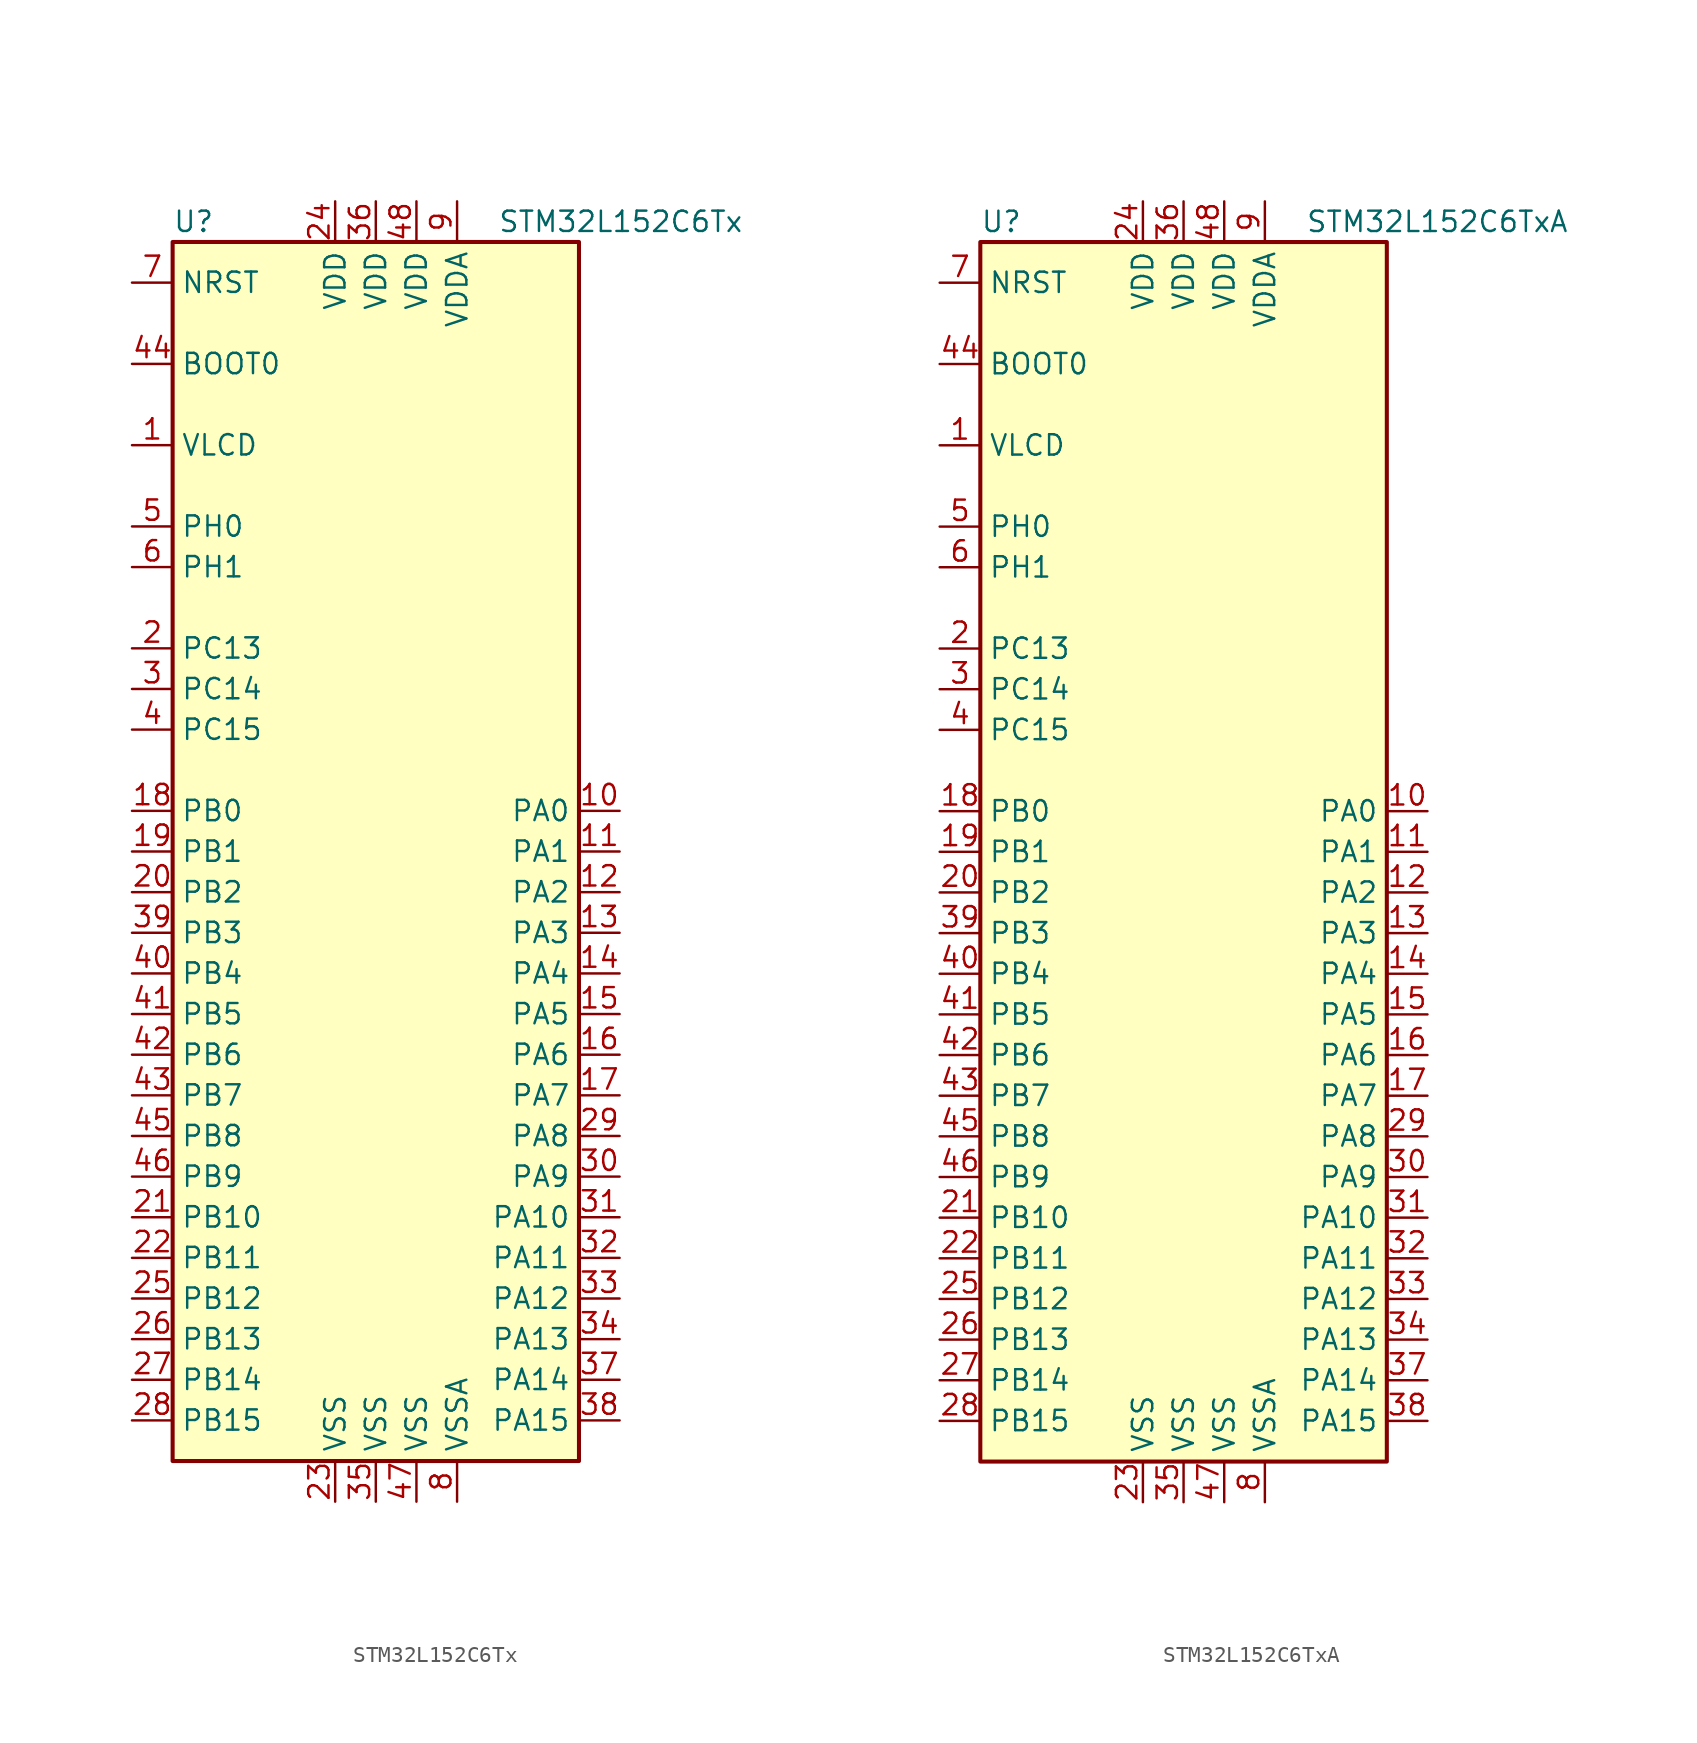
<source format=kicad_sym>
(kicad_symbol_lib
  (version 20201005)
  (generator kicad_symbol_editor)
  (symbol "STM32L152C6Tx"
    (property "Reference" "U"
      (at -12.7 39.37 0)
      (effects (font (size 1.27 1.27)) (justify left)))
    (property "Value" "STM32L152C6Tx"
      (at 7.62 39.37 0)
      (effects (font (size 1.27 1.27)) (justify left)))
    (symbol "STM32L152C6Tx_0_1"
      (rectangle (start -12.7 -38.1) (end 12.7 38.1) (stroke (width 0.254)) (fill (type background))))
    (symbol "STM32L152C6Tx_1_1"
      (pin power_in line (at -15.24 25.4 0) (length 2.54) (name "VLCD" (effects (font (size 1.27 1.27)))) (number "1" (effects (font (size 1.27 1.27)))))
      (pin bidirectional line (at 15.24 2.54 180) (length 2.54) (name "PA0" (effects (font (size 1.27 1.27)))) (number "10" (effects (font (size 1.27 1.27)))))
      (pin bidirectional line (at 15.24 0 180) (length 2.54) (name "PA1" (effects (font (size 1.27 1.27)))) (number "11" (effects (font (size 1.27 1.27)))))
      (pin bidirectional line (at 15.24 -2.54 180) (length 2.54) (name "PA2" (effects (font (size 1.27 1.27)))) (number "12" (effects (font (size 1.27 1.27)))))
      (pin bidirectional line (at 15.24 -5.08 180) (length 2.54) (name "PA3" (effects (font (size 1.27 1.27)))) (number "13" (effects (font (size 1.27 1.27)))))
      (pin bidirectional line (at 15.24 -7.62 180) (length 2.54) (name "PA4" (effects (font (size 1.27 1.27)))) (number "14" (effects (font (size 1.27 1.27)))))
      (pin bidirectional line (at 15.24 -10.16 180) (length 2.54) (name "PA5" (effects (font (size 1.27 1.27)))) (number "15" (effects (font (size 1.27 1.27)))))
      (pin bidirectional line (at 15.24 -12.7 180) (length 2.54) (name "PA6" (effects (font (size 1.27 1.27)))) (number "16" (effects (font (size 1.27 1.27)))))
      (pin bidirectional line (at 15.24 -15.24 180) (length 2.54) (name "PA7" (effects (font (size 1.27 1.27)))) (number "17" (effects (font (size 1.27 1.27)))))
      (pin bidirectional line (at -15.24 2.54 0) (length 2.54) (name "PB0" (effects (font (size 1.27 1.27)))) (number "18" (effects (font (size 1.27 1.27)))))
      (pin bidirectional line (at -15.24 0 0) (length 2.54) (name "PB1" (effects (font (size 1.27 1.27)))) (number "19" (effects (font (size 1.27 1.27)))))
      (pin bidirectional line (at -15.24 12.7 0) (length 2.54) (name "PC13" (effects (font (size 1.27 1.27)))) (number "2" (effects (font (size 1.27 1.27)))))
      (pin bidirectional line (at -15.24 -2.54 0) (length 2.54) (name "PB2" (effects (font (size 1.27 1.27)))) (number "20" (effects (font (size 1.27 1.27)))))
      (pin bidirectional line (at -15.24 -22.86 0) (length 2.54) (name "PB10" (effects (font (size 1.27 1.27)))) (number "21" (effects (font (size 1.27 1.27)))))
      (pin bidirectional line (at -15.24 -25.4 0) (length 2.54) (name "PB11" (effects (font (size 1.27 1.27)))) (number "22" (effects (font (size 1.27 1.27)))))
      (pin power_in line (at -2.54 -40.64 90) (length 2.54) (name "VSS" (effects (font (size 1.27 1.27)))) (number "23" (effects (font (size 1.27 1.27)))))
      (pin power_in line (at -2.54 40.64 270) (length 2.54) (name "VDD" (effects (font (size 1.27 1.27)))) (number "24" (effects (font (size 1.27 1.27)))))
      (pin bidirectional line (at -15.24 -27.94 0) (length 2.54) (name "PB12" (effects (font (size 1.27 1.27)))) (number "25" (effects (font (size 1.27 1.27)))))
      (pin bidirectional line (at -15.24 -30.48 0) (length 2.54) (name "PB13" (effects (font (size 1.27 1.27)))) (number "26" (effects (font (size 1.27 1.27)))))
      (pin bidirectional line (at -15.24 -33.02 0) (length 2.54) (name "PB14" (effects (font (size 1.27 1.27)))) (number "27" (effects (font (size 1.27 1.27)))))
      (pin bidirectional line (at -15.24 -35.56 0) (length 2.54) (name "PB15" (effects (font (size 1.27 1.27)))) (number "28" (effects (font (size 1.27 1.27)))))
      (pin bidirectional line (at 15.24 -17.78 180) (length 2.54) (name "PA8" (effects (font (size 1.27 1.27)))) (number "29" (effects (font (size 1.27 1.27)))))
      (pin bidirectional line (at -15.24 10.16 0) (length 2.54) (name "PC14" (effects (font (size 1.27 1.27)))) (number "3" (effects (font (size 1.27 1.27)))))
      (pin bidirectional line (at 15.24 -20.32 180) (length 2.54) (name "PA9" (effects (font (size 1.27 1.27)))) (number "30" (effects (font (size 1.27 1.27)))))
      (pin bidirectional line (at 15.24 -22.86 180) (length 2.54) (name "PA10" (effects (font (size 1.27 1.27)))) (number "31" (effects (font (size 1.27 1.27)))))
      (pin bidirectional line (at 15.24 -25.4 180) (length 2.54) (name "PA11" (effects (font (size 1.27 1.27)))) (number "32" (effects (font (size 1.27 1.27)))))
      (pin bidirectional line (at 15.24 -27.94 180) (length 2.54) (name "PA12" (effects (font (size 1.27 1.27)))) (number "33" (effects (font (size 1.27 1.27)))))
      (pin bidirectional line (at 15.24 -30.48 180) (length 2.54) (name "PA13" (effects (font (size 1.27 1.27)))) (number "34" (effects (font (size 1.27 1.27)))))
      (pin power_in line (at 0 -40.64 90) (length 2.54) (name "VSS" (effects (font (size 1.27 1.27)))) (number "35" (effects (font (size 1.27 1.27)))))
      (pin power_in line (at 0 40.64 270) (length 2.54) (name "VDD" (effects (font (size 1.27 1.27)))) (number "36" (effects (font (size 1.27 1.27)))))
      (pin bidirectional line (at 15.24 -33.02 180) (length 2.54) (name "PA14" (effects (font (size 1.27 1.27)))) (number "37" (effects (font (size 1.27 1.27)))))
      (pin bidirectional line (at 15.24 -35.56 180) (length 2.54) (name "PA15" (effects (font (size 1.27 1.27)))) (number "38" (effects (font (size 1.27 1.27)))))
      (pin bidirectional line (at -15.24 -5.08 0) (length 2.54) (name "PB3" (effects (font (size 1.27 1.27)))) (number "39" (effects (font (size 1.27 1.27)))))
      (pin bidirectional line (at -15.24 7.62 0) (length 2.54) (name "PC15" (effects (font (size 1.27 1.27)))) (number "4" (effects (font (size 1.27 1.27)))))
      (pin bidirectional line (at -15.24 -7.62 0) (length 2.54) (name "PB4" (effects (font (size 1.27 1.27)))) (number "40" (effects (font (size 1.27 1.27)))))
      (pin bidirectional line (at -15.24 -10.16 0) (length 2.54) (name "PB5" (effects (font (size 1.27 1.27)))) (number "41" (effects (font (size 1.27 1.27)))))
      (pin bidirectional line (at -15.24 -12.7 0) (length 2.54) (name "PB6" (effects (font (size 1.27 1.27)))) (number "42" (effects (font (size 1.27 1.27)))))
      (pin bidirectional line (at -15.24 -15.24 0) (length 2.54) (name "PB7" (effects (font (size 1.27 1.27)))) (number "43" (effects (font (size 1.27 1.27)))))
      (pin input line (at -15.24 30.48 0) (length 2.54) (name "BOOT0" (effects (font (size 1.27 1.27)))) (number "44" (effects (font (size 1.27 1.27)))))
      (pin bidirectional line (at -15.24 -17.78 0) (length 2.54) (name "PB8" (effects (font (size 1.27 1.27)))) (number "45" (effects (font (size 1.27 1.27)))))
      (pin bidirectional line (at -15.24 -20.32 0) (length 2.54) (name "PB9" (effects (font (size 1.27 1.27)))) (number "46" (effects (font (size 1.27 1.27)))))
      (pin power_in line (at 2.54 -40.64 90) (length 2.54) (name "VSS" (effects (font (size 1.27 1.27)))) (number "47" (effects (font (size 1.27 1.27)))))
      (pin power_in line (at 2.54 40.64 270) (length 2.54) (name "VDD" (effects (font (size 1.27 1.27)))) (number "48" (effects (font (size 1.27 1.27)))))
      (pin input line (at -15.24 20.32 0) (length 2.54) (name "PH0" (effects (font (size 1.27 1.27)))) (number "5" (effects (font (size 1.27 1.27)))))
      (pin input line (at -15.24 17.78 0) (length 2.54) (name "PH1" (effects (font (size 1.27 1.27)))) (number "6" (effects (font (size 1.27 1.27)))))
      (pin input line (at -15.24 35.56 0) (length 2.54) (name "NRST" (effects (font (size 1.27 1.27)))) (number "7" (effects (font (size 1.27 1.27)))))
      (pin power_in line (at 5.08 -40.64 90) (length 2.54) (name "VSSA" (effects (font (size 1.27 1.27)))) (number "8" (effects (font (size 1.27 1.27)))))
      (pin power_in line (at 5.08 40.64 270) (length 2.54) (name "VDDA" (effects (font (size 1.27 1.27)))) (number "9" (effects (font (size 1.27 1.27)))))))
  (symbol "STM32L152C6TxA"
    (property "Reference" "U"
      (at -12.7 39.37 0)
      (effects (font (size 1.27 1.27)) (justify left)))
    (property "Value" "STM32L152C6TxA"
      (at 7.62 39.37 0)
      (effects (font (size 1.27 1.27)) (justify left)))
    (symbol "STM32L152C6TxA_0_1"
      (rectangle (start -12.7 -38.1) (end 12.7 38.1) (stroke (width 0.254)) (fill (type background))))
    (symbol "STM32L152C6TxA_1_1"
      (pin power_in line (at -15.24 25.4 0) (length 2.54) (name "VLCD" (effects (font (size 1.27 1.27)))) (number "1" (effects (font (size 1.27 1.27)))))
      (pin bidirectional line (at 15.24 2.54 180) (length 2.54) (name "PA0" (effects (font (size 1.27 1.27)))) (number "10" (effects (font (size 1.27 1.27)))))
      (pin bidirectional line (at 15.24 0 180) (length 2.54) (name "PA1" (effects (font (size 1.27 1.27)))) (number "11" (effects (font (size 1.27 1.27)))))
      (pin bidirectional line (at 15.24 -2.54 180) (length 2.54) (name "PA2" (effects (font (size 1.27 1.27)))) (number "12" (effects (font (size 1.27 1.27)))))
      (pin bidirectional line (at 15.24 -5.08 180) (length 2.54) (name "PA3" (effects (font (size 1.27 1.27)))) (number "13" (effects (font (size 1.27 1.27)))))
      (pin bidirectional line (at 15.24 -7.62 180) (length 2.54) (name "PA4" (effects (font (size 1.27 1.27)))) (number "14" (effects (font (size 1.27 1.27)))))
      (pin bidirectional line (at 15.24 -10.16 180) (length 2.54) (name "PA5" (effects (font (size 1.27 1.27)))) (number "15" (effects (font (size 1.27 1.27)))))
      (pin bidirectional line (at 15.24 -12.7 180) (length 2.54) (name "PA6" (effects (font (size 1.27 1.27)))) (number "16" (effects (font (size 1.27 1.27)))))
      (pin bidirectional line (at 15.24 -15.24 180) (length 2.54) (name "PA7" (effects (font (size 1.27 1.27)))) (number "17" (effects (font (size 1.27 1.27)))))
      (pin bidirectional line (at -15.24 2.54 0) (length 2.54) (name "PB0" (effects (font (size 1.27 1.27)))) (number "18" (effects (font (size 1.27 1.27)))))
      (pin bidirectional line (at -15.24 0 0) (length 2.54) (name "PB1" (effects (font (size 1.27 1.27)))) (number "19" (effects (font (size 1.27 1.27)))))
      (pin bidirectional line (at -15.24 12.7 0) (length 2.54) (name "PC13" (effects (font (size 1.27 1.27)))) (number "2" (effects (font (size 1.27 1.27)))))
      (pin bidirectional line (at -15.24 -2.54 0) (length 2.54) (name "PB2" (effects (font (size 1.27 1.27)))) (number "20" (effects (font (size 1.27 1.27)))))
      (pin bidirectional line (at -15.24 -22.86 0) (length 2.54) (name "PB10" (effects (font (size 1.27 1.27)))) (number "21" (effects (font (size 1.27 1.27)))))
      (pin bidirectional line (at -15.24 -25.4 0) (length 2.54) (name "PB11" (effects (font (size 1.27 1.27)))) (number "22" (effects (font (size 1.27 1.27)))))
      (pin power_in line (at -2.54 -40.64 90) (length 2.54) (name "VSS" (effects (font (size 1.27 1.27)))) (number "23" (effects (font (size 1.27 1.27)))))
      (pin power_in line (at -2.54 40.64 270) (length 2.54) (name "VDD" (effects (font (size 1.27 1.27)))) (number "24" (effects (font (size 1.27 1.27)))))
      (pin bidirectional line (at -15.24 -27.94 0) (length 2.54) (name "PB12" (effects (font (size 1.27 1.27)))) (number "25" (effects (font (size 1.27 1.27)))))
      (pin bidirectional line (at -15.24 -30.48 0) (length 2.54) (name "PB13" (effects (font (size 1.27 1.27)))) (number "26" (effects (font (size 1.27 1.27)))))
      (pin bidirectional line (at -15.24 -33.02 0) (length 2.54) (name "PB14" (effects (font (size 1.27 1.27)))) (number "27" (effects (font (size 1.27 1.27)))))
      (pin bidirectional line (at -15.24 -35.56 0) (length 2.54) (name "PB15" (effects (font (size 1.27 1.27)))) (number "28" (effects (font (size 1.27 1.27)))))
      (pin bidirectional line (at 15.24 -17.78 180) (length 2.54) (name "PA8" (effects (font (size 1.27 1.27)))) (number "29" (effects (font (size 1.27 1.27)))))
      (pin bidirectional line (at -15.24 10.16 0) (length 2.54) (name "PC14" (effects (font (size 1.27 1.27)))) (number "3" (effects (font (size 1.27 1.27)))))
      (pin bidirectional line (at 15.24 -20.32 180) (length 2.54) (name "PA9" (effects (font (size 1.27 1.27)))) (number "30" (effects (font (size 1.27 1.27)))))
      (pin bidirectional line (at 15.24 -22.86 180) (length 2.54) (name "PA10" (effects (font (size 1.27 1.27)))) (number "31" (effects (font (size 1.27 1.27)))))
      (pin bidirectional line (at 15.24 -25.4 180) (length 2.54) (name "PA11" (effects (font (size 1.27 1.27)))) (number "32" (effects (font (size 1.27 1.27)))))
      (pin bidirectional line (at 15.24 -27.94 180) (length 2.54) (name "PA12" (effects (font (size 1.27 1.27)))) (number "33" (effects (font (size 1.27 1.27)))))
      (pin bidirectional line (at 15.24 -30.48 180) (length 2.54) (name "PA13" (effects (font (size 1.27 1.27)))) (number "34" (effects (font (size 1.27 1.27)))))
      (pin power_in line (at 0 -40.64 90) (length 2.54) (name "VSS" (effects (font (size 1.27 1.27)))) (number "35" (effects (font (size 1.27 1.27)))))
      (pin power_in line (at 0 40.64 270) (length 2.54) (name "VDD" (effects (font (size 1.27 1.27)))) (number "36" (effects (font (size 1.27 1.27)))))
      (pin bidirectional line (at 15.24 -33.02 180) (length 2.54) (name "PA14" (effects (font (size 1.27 1.27)))) (number "37" (effects (font (size 1.27 1.27)))))
      (pin bidirectional line (at 15.24 -35.56 180) (length 2.54) (name "PA15" (effects (font (size 1.27 1.27)))) (number "38" (effects (font (size 1.27 1.27)))))
      (pin bidirectional line (at -15.24 -5.08 0) (length 2.54) (name "PB3" (effects (font (size 1.27 1.27)))) (number "39" (effects (font (size 1.27 1.27)))))
      (pin bidirectional line (at -15.24 7.62 0) (length 2.54) (name "PC15" (effects (font (size 1.27 1.27)))) (number "4" (effects (font (size 1.27 1.27)))))
      (pin bidirectional line (at -15.24 -7.62 0) (length 2.54) (name "PB4" (effects (font (size 1.27 1.27)))) (number "40" (effects (font (size 1.27 1.27)))))
      (pin bidirectional line (at -15.24 -10.16 0) (length 2.54) (name "PB5" (effects (font (size 1.27 1.27)))) (number "41" (effects (font (size 1.27 1.27)))))
      (pin bidirectional line (at -15.24 -12.7 0) (length 2.54) (name "PB6" (effects (font (size 1.27 1.27)))) (number "42" (effects (font (size 1.27 1.27)))))
      (pin bidirectional line (at -15.24 -15.24 0) (length 2.54) (name "PB7" (effects (font (size 1.27 1.27)))) (number "43" (effects (font (size 1.27 1.27)))))
      (pin input line (at -15.24 30.48 0) (length 2.54) (name "BOOT0" (effects (font (size 1.27 1.27)))) (number "44" (effects (font (size 1.27 1.27)))))
      (pin bidirectional line (at -15.24 -17.78 0) (length 2.54) (name "PB8" (effects (font (size 1.27 1.27)))) (number "45" (effects (font (size 1.27 1.27)))))
      (pin bidirectional line (at -15.24 -20.32 0) (length 2.54) (name "PB9" (effects (font (size 1.27 1.27)))) (number "46" (effects (font (size 1.27 1.27)))))
      (pin power_in line (at 2.54 -40.64 90) (length 2.54) (name "VSS" (effects (font (size 1.27 1.27)))) (number "47" (effects (font (size 1.27 1.27)))))
      (pin power_in line (at 2.54 40.64 270) (length 2.54) (name "VDD" (effects (font (size 1.27 1.27)))) (number "48" (effects (font (size 1.27 1.27)))))
      (pin input line (at -15.24 20.32 0) (length 2.54) (name "PH0" (effects (font (size 1.27 1.27)))) (number "5" (effects (font (size 1.27 1.27)))))
      (pin input line (at -15.24 17.78 0) (length 2.54) (name "PH1" (effects (font (size 1.27 1.27)))) (number "6" (effects (font (size 1.27 1.27)))))
      (pin input line (at -15.24 35.56 0) (length 2.54) (name "NRST" (effects (font (size 1.27 1.27)))) (number "7" (effects (font (size 1.27 1.27)))))
      (pin power_in line (at 5.08 -40.64 90) (length 2.54) (name "VSSA" (effects (font (size 1.27 1.27)))) (number "8" (effects (font (size 1.27 1.27)))))
      (pin power_in line (at 5.08 40.64 270) (length 2.54) (name "VDDA" (effects (font (size 1.27 1.27)))) (number "9" (effects (font (size 1.27 1.27))))))))
</source>
